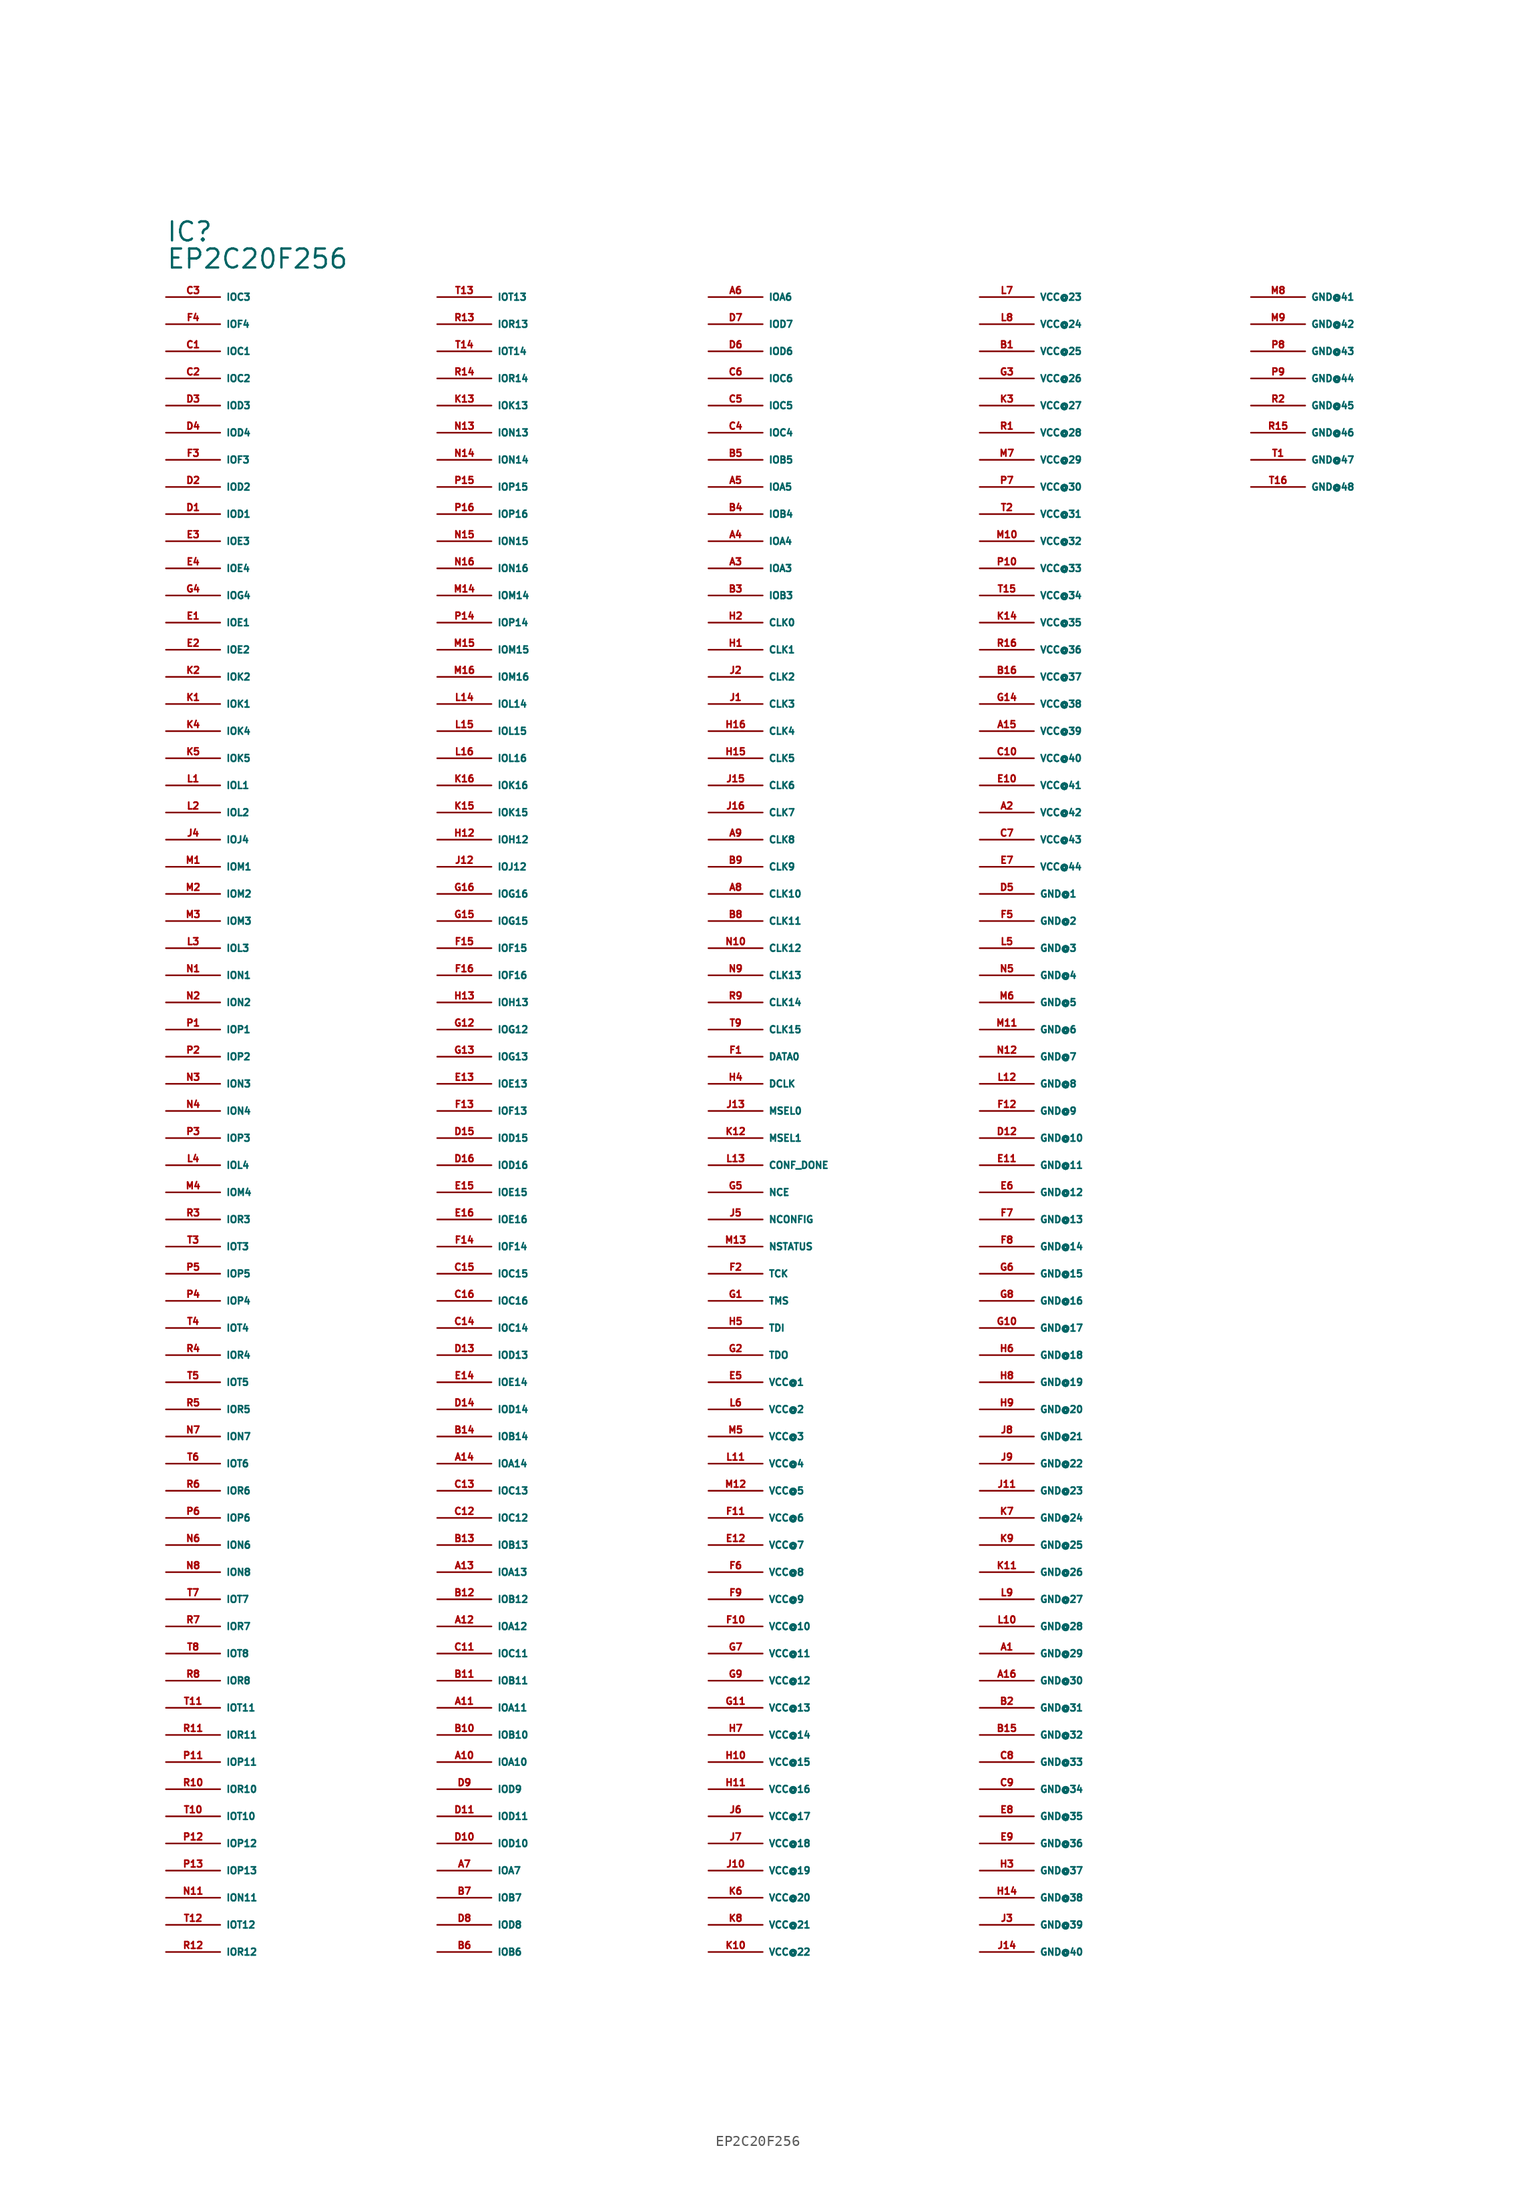
<source format=kicad_sym>
(kicad_symbol_lib
  (version 20220914)
  (generator Eagle2Kicad)
  (symbol "EP2C20F256"
    (property "Reference" "IC"
      (at -55.88 86.36 0)
      (effects (font (size 1.778 1.778) (thickness 0.22)) (justify left bottom)))
    (property "Value" "EP2C20F256"
      (at -55.88 83.82 0)
      (effects (font (size 1.778 1.778) (thickness 0.22)) (justify left bottom)))
    (pin output line
      (at -55.88 81.28 0)
      (length 5.08)
      (name "IOC3" (effects (font (size 0.635 0.635) (thickness 0.08)) (justify left bottom)))
      (number "C3" (effects (font (size 0.635 0.635) (thickness 0.08)) (justify left bottom))))
    (pin output line
      (at -55.88 78.74 0)
      (length 5.08)
      (name "IOF4" (effects (font (size 0.635 0.635) (thickness 0.08)) (justify left bottom)))
      (number "F4" (effects (font (size 0.635 0.635) (thickness 0.08)) (justify left bottom))))
    (pin bidirectional line
      (at -55.88 76.2 0)
      (length 5.08)
      (name "IOC1" (effects (font (size 0.635 0.635) (thickness 0.08)) (justify left bottom)))
      (number "C1" (effects (font (size 0.635 0.635) (thickness 0.08)) (justify left bottom))))
    (pin bidirectional line
      (at -55.88 73.66 0)
      (length 5.08)
      (name "IOC2" (effects (font (size 0.635 0.635) (thickness 0.08)) (justify left bottom)))
      (number "C2" (effects (font (size 0.635 0.635) (thickness 0.08)) (justify left bottom))))
    (pin bidirectional line
      (at -55.88 71.12 0)
      (length 5.08)
      (name "IOD3" (effects (font (size 0.635 0.635) (thickness 0.08)) (justify left bottom)))
      (number "D3" (effects (font (size 0.635 0.635) (thickness 0.08)) (justify left bottom))))
    (pin bidirectional line
      (at -55.88 68.58 0)
      (length 5.08)
      (name "IOD4" (effects (font (size 0.635 0.635) (thickness 0.08)) (justify left bottom)))
      (number "D4" (effects (font (size 0.635 0.635) (thickness 0.08)) (justify left bottom))))
    (pin bidirectional line
      (at -55.88 66.04 0)
      (length 5.08)
      (name "IOF3" (effects (font (size 0.635 0.635) (thickness 0.08)) (justify left bottom)))
      (number "F3" (effects (font (size 0.635 0.635) (thickness 0.08)) (justify left bottom))))
    (pin bidirectional line
      (at -55.88 63.5 0)
      (length 5.08)
      (name "IOD2" (effects (font (size 0.635 0.635) (thickness 0.08)) (justify left bottom)))
      (number "D2" (effects (font (size 0.635 0.635) (thickness 0.08)) (justify left bottom))))
    (pin bidirectional line
      (at -55.88 60.96 0)
      (length 5.08)
      (name "IOD1" (effects (font (size 0.635 0.635) (thickness 0.08)) (justify left bottom)))
      (number "D1" (effects (font (size 0.635 0.635) (thickness 0.08)) (justify left bottom))))
    (pin bidirectional line
      (at -55.88 58.42 0)
      (length 5.08)
      (name "IOE3" (effects (font (size 0.635 0.635) (thickness 0.08)) (justify left bottom)))
      (number "E3" (effects (font (size 0.635 0.635) (thickness 0.08)) (justify left bottom))))
    (pin bidirectional line
      (at -55.88 55.88 0)
      (length 5.08)
      (name "IOE4" (effects (font (size 0.635 0.635) (thickness 0.08)) (justify left bottom)))
      (number "E4" (effects (font (size 0.635 0.635) (thickness 0.08)) (justify left bottom))))
    (pin bidirectional line
      (at -55.88 53.34 0)
      (length 5.08)
      (name "IOG4" (effects (font (size 0.635 0.635) (thickness 0.08)) (justify left bottom)))
      (number "G4" (effects (font (size 0.635 0.635) (thickness 0.08)) (justify left bottom))))
    (pin bidirectional line
      (at -55.88 50.8 0)
      (length 5.08)
      (name "IOE1" (effects (font (size 0.635 0.635) (thickness 0.08)) (justify left bottom)))
      (number "E1" (effects (font (size 0.635 0.635) (thickness 0.08)) (justify left bottom))))
    (pin bidirectional line
      (at -55.88 48.26 0)
      (length 5.08)
      (name "IOE2" (effects (font (size 0.635 0.635) (thickness 0.08)) (justify left bottom)))
      (number "E2" (effects (font (size 0.635 0.635) (thickness 0.08)) (justify left bottom))))
    (pin bidirectional line
      (at -55.88 45.72 0)
      (length 5.08)
      (name "IOK2" (effects (font (size 0.635 0.635) (thickness 0.08)) (justify left bottom)))
      (number "K2" (effects (font (size 0.635 0.635) (thickness 0.08)) (justify left bottom))))
    (pin bidirectional line
      (at -55.88 43.18 0)
      (length 5.08)
      (name "IOK1" (effects (font (size 0.635 0.635) (thickness 0.08)) (justify left bottom)))
      (number "K1" (effects (font (size 0.635 0.635) (thickness 0.08)) (justify left bottom))))
    (pin bidirectional line
      (at -55.88 40.64 0)
      (length 5.08)
      (name "IOK4" (effects (font (size 0.635 0.635) (thickness 0.08)) (justify left bottom)))
      (number "K4" (effects (font (size 0.635 0.635) (thickness 0.08)) (justify left bottom))))
    (pin bidirectional line
      (at -55.88 38.1 0)
      (length 5.08)
      (name "IOK5" (effects (font (size 0.635 0.635) (thickness 0.08)) (justify left bottom)))
      (number "K5" (effects (font (size 0.635 0.635) (thickness 0.08)) (justify left bottom))))
    (pin bidirectional line
      (at -55.88 35.56 0)
      (length 5.08)
      (name "IOL1" (effects (font (size 0.635 0.635) (thickness 0.08)) (justify left bottom)))
      (number "L1" (effects (font (size 0.635 0.635) (thickness 0.08)) (justify left bottom))))
    (pin bidirectional line
      (at -55.88 33.02 0)
      (length 5.08)
      (name "IOL2" (effects (font (size 0.635 0.635) (thickness 0.08)) (justify left bottom)))
      (number "L2" (effects (font (size 0.635 0.635) (thickness 0.08)) (justify left bottom))))
    (pin bidirectional line
      (at -55.88 30.48 0)
      (length 5.08)
      (name "IOJ4" (effects (font (size 0.635 0.635) (thickness 0.08)) (justify left bottom)))
      (number "J4" (effects (font (size 0.635 0.635) (thickness 0.08)) (justify left bottom))))
    (pin bidirectional line
      (at -55.88 27.94 0)
      (length 5.08)
      (name "IOM1" (effects (font (size 0.635 0.635) (thickness 0.08)) (justify left bottom)))
      (number "M1" (effects (font (size 0.635 0.635) (thickness 0.08)) (justify left bottom))))
    (pin bidirectional line
      (at -55.88 25.4 0)
      (length 5.08)
      (name "IOM2" (effects (font (size 0.635 0.635) (thickness 0.08)) (justify left bottom)))
      (number "M2" (effects (font (size 0.635 0.635) (thickness 0.08)) (justify left bottom))))
    (pin bidirectional line
      (at -55.88 22.86 0)
      (length 5.08)
      (name "IOM3" (effects (font (size 0.635 0.635) (thickness 0.08)) (justify left bottom)))
      (number "M3" (effects (font (size 0.635 0.635) (thickness 0.08)) (justify left bottom))))
    (pin bidirectional line
      (at -55.88 20.32 0)
      (length 5.08)
      (name "IOL3" (effects (font (size 0.635 0.635) (thickness 0.08)) (justify left bottom)))
      (number "L3" (effects (font (size 0.635 0.635) (thickness 0.08)) (justify left bottom))))
    (pin bidirectional line
      (at -55.88 17.78 0)
      (length 5.08)
      (name "ION1" (effects (font (size 0.635 0.635) (thickness 0.08)) (justify left bottom)))
      (number "N1" (effects (font (size 0.635 0.635) (thickness 0.08)) (justify left bottom))))
    (pin bidirectional line
      (at -55.88 15.24 0)
      (length 5.08)
      (name "ION2" (effects (font (size 0.635 0.635) (thickness 0.08)) (justify left bottom)))
      (number "N2" (effects (font (size 0.635 0.635) (thickness 0.08)) (justify left bottom))))
    (pin bidirectional line
      (at -55.88 12.7 0)
      (length 5.08)
      (name "IOP1" (effects (font (size 0.635 0.635) (thickness 0.08)) (justify left bottom)))
      (number "P1" (effects (font (size 0.635 0.635) (thickness 0.08)) (justify left bottom))))
    (pin bidirectional line
      (at -55.88 10.16 0)
      (length 5.08)
      (name "IOP2" (effects (font (size 0.635 0.635) (thickness 0.08)) (justify left bottom)))
      (number "P2" (effects (font (size 0.635 0.635) (thickness 0.08)) (justify left bottom))))
    (pin bidirectional line
      (at -55.88 7.62 0)
      (length 5.08)
      (name "ION3" (effects (font (size 0.635 0.635) (thickness 0.08)) (justify left bottom)))
      (number "N3" (effects (font (size 0.635 0.635) (thickness 0.08)) (justify left bottom))))
    (pin bidirectional line
      (at -55.88 5.08 0)
      (length 5.08)
      (name "ION4" (effects (font (size 0.635 0.635) (thickness 0.08)) (justify left bottom)))
      (number "N4" (effects (font (size 0.635 0.635) (thickness 0.08)) (justify left bottom))))
    (pin bidirectional line
      (at -55.88 2.54 0)
      (length 5.08)
      (name "IOP3" (effects (font (size 0.635 0.635) (thickness 0.08)) (justify left bottom)))
      (number "P3" (effects (font (size 0.635 0.635) (thickness 0.08)) (justify left bottom))))
    (pin bidirectional line
      (at -55.88 0 0)
      (length 5.08)
      (name "IOL4" (effects (font (size 0.635 0.635) (thickness 0.08)) (justify left bottom)))
      (number "L4" (effects (font (size 0.635 0.635) (thickness 0.08)) (justify left bottom))))
    (pin bidirectional line
      (at -55.88 -2.54 0)
      (length 5.08)
      (name "IOM4" (effects (font (size 0.635 0.635) (thickness 0.08)) (justify left bottom)))
      (number "M4" (effects (font (size 0.635 0.635) (thickness 0.08)) (justify left bottom))))
    (pin bidirectional line
      (at -55.88 -5.08 0)
      (length 5.08)
      (name "IOR3" (effects (font (size 0.635 0.635) (thickness 0.08)) (justify left bottom)))
      (number "R3" (effects (font (size 0.635 0.635) (thickness 0.08)) (justify left bottom))))
    (pin bidirectional line
      (at -55.88 -7.62 0)
      (length 5.08)
      (name "IOT3" (effects (font (size 0.635 0.635) (thickness 0.08)) (justify left bottom)))
      (number "T3" (effects (font (size 0.635 0.635) (thickness 0.08)) (justify left bottom))))
    (pin bidirectional line
      (at -55.88 -10.16 0)
      (length 5.08)
      (name "IOP5" (effects (font (size 0.635 0.635) (thickness 0.08)) (justify left bottom)))
      (number "P5" (effects (font (size 0.635 0.635) (thickness 0.08)) (justify left bottom))))
    (pin bidirectional line
      (at -55.88 -12.7 0)
      (length 5.08)
      (name "IOP4" (effects (font (size 0.635 0.635) (thickness 0.08)) (justify left bottom)))
      (number "P4" (effects (font (size 0.635 0.635) (thickness 0.08)) (justify left bottom))))
    (pin bidirectional line
      (at -55.88 -15.24 0)
      (length 5.08)
      (name "IOT4" (effects (font (size 0.635 0.635) (thickness 0.08)) (justify left bottom)))
      (number "T4" (effects (font (size 0.635 0.635) (thickness 0.08)) (justify left bottom))))
    (pin bidirectional line
      (at -55.88 -17.78 0)
      (length 5.08)
      (name "IOR4" (effects (font (size 0.635 0.635) (thickness 0.08)) (justify left bottom)))
      (number "R4" (effects (font (size 0.635 0.635) (thickness 0.08)) (justify left bottom))))
    (pin bidirectional line
      (at -55.88 -20.32 0)
      (length 5.08)
      (name "IOT5" (effects (font (size 0.635 0.635) (thickness 0.08)) (justify left bottom)))
      (number "T5" (effects (font (size 0.635 0.635) (thickness 0.08)) (justify left bottom))))
    (pin bidirectional line
      (at -55.88 -22.86 0)
      (length 5.08)
      (name "IOR5" (effects (font (size 0.635 0.635) (thickness 0.08)) (justify left bottom)))
      (number "R5" (effects (font (size 0.635 0.635) (thickness 0.08)) (justify left bottom))))
    (pin bidirectional line
      (at -55.88 -25.4 0)
      (length 5.08)
      (name "ION7" (effects (font (size 0.635 0.635) (thickness 0.08)) (justify left bottom)))
      (number "N7" (effects (font (size 0.635 0.635) (thickness 0.08)) (justify left bottom))))
    (pin bidirectional line
      (at -55.88 -27.94 0)
      (length 5.08)
      (name "IOT6" (effects (font (size 0.635 0.635) (thickness 0.08)) (justify left bottom)))
      (number "T6" (effects (font (size 0.635 0.635) (thickness 0.08)) (justify left bottom))))
    (pin bidirectional line
      (at -55.88 -30.48 0)
      (length 5.08)
      (name "IOR6" (effects (font (size 0.635 0.635) (thickness 0.08)) (justify left bottom)))
      (number "R6" (effects (font (size 0.635 0.635) (thickness 0.08)) (justify left bottom))))
    (pin bidirectional line
      (at -55.88 -33.02 0)
      (length 5.08)
      (name "IOP6" (effects (font (size 0.635 0.635) (thickness 0.08)) (justify left bottom)))
      (number "P6" (effects (font (size 0.635 0.635) (thickness 0.08)) (justify left bottom))))
    (pin bidirectional line
      (at -55.88 -35.56 0)
      (length 5.08)
      (name "ION6" (effects (font (size 0.635 0.635) (thickness 0.08)) (justify left bottom)))
      (number "N6" (effects (font (size 0.635 0.635) (thickness 0.08)) (justify left bottom))))
    (pin bidirectional line
      (at -55.88 -38.1 0)
      (length 5.08)
      (name "ION8" (effects (font (size 0.635 0.635) (thickness 0.08)) (justify left bottom)))
      (number "N8" (effects (font (size 0.635 0.635) (thickness 0.08)) (justify left bottom))))
    (pin bidirectional line
      (at -55.88 -40.64 0)
      (length 5.08)
      (name "IOT7" (effects (font (size 0.635 0.635) (thickness 0.08)) (justify left bottom)))
      (number "T7" (effects (font (size 0.635 0.635) (thickness 0.08)) (justify left bottom))))
    (pin bidirectional line
      (at -55.88 -43.18 0)
      (length 5.08)
      (name "IOR7" (effects (font (size 0.635 0.635) (thickness 0.08)) (justify left bottom)))
      (number "R7" (effects (font (size 0.635 0.635) (thickness 0.08)) (justify left bottom))))
    (pin bidirectional line
      (at -55.88 -45.72 0)
      (length 5.08)
      (name "IOT8" (effects (font (size 0.635 0.635) (thickness 0.08)) (justify left bottom)))
      (number "T8" (effects (font (size 0.635 0.635) (thickness 0.08)) (justify left bottom))))
    (pin bidirectional line
      (at -55.88 -48.26 0)
      (length 5.08)
      (name "IOR8" (effects (font (size 0.635 0.635) (thickness 0.08)) (justify left bottom)))
      (number "R8" (effects (font (size 0.635 0.635) (thickness 0.08)) (justify left bottom))))
    (pin bidirectional line
      (at -55.88 -50.8 0)
      (length 5.08)
      (name "IOT11" (effects (font (size 0.635 0.635) (thickness 0.08)) (justify left bottom)))
      (number "T11" (effects (font (size 0.635 0.635) (thickness 0.08)) (justify left bottom))))
    (pin bidirectional line
      (at -55.88 -53.34 0)
      (length 5.08)
      (name "IOR11" (effects (font (size 0.635 0.635) (thickness 0.08)) (justify left bottom)))
      (number "R11" (effects (font (size 0.635 0.635) (thickness 0.08)) (justify left bottom))))
    (pin bidirectional line
      (at -55.88 -55.88 0)
      (length 5.08)
      (name "IOP11" (effects (font (size 0.635 0.635) (thickness 0.08)) (justify left bottom)))
      (number "P11" (effects (font (size 0.635 0.635) (thickness 0.08)) (justify left bottom))))
    (pin bidirectional line
      (at -55.88 -58.42 0)
      (length 5.08)
      (name "IOR10" (effects (font (size 0.635 0.635) (thickness 0.08)) (justify left bottom)))
      (number "R10" (effects (font (size 0.635 0.635) (thickness 0.08)) (justify left bottom))))
    (pin bidirectional line
      (at -55.88 -60.96 0)
      (length 5.08)
      (name "IOT10" (effects (font (size 0.635 0.635) (thickness 0.08)) (justify left bottom)))
      (number "T10" (effects (font (size 0.635 0.635) (thickness 0.08)) (justify left bottom))))
    (pin bidirectional line
      (at -55.88 -63.5 0)
      (length 5.08)
      (name "IOP12" (effects (font (size 0.635 0.635) (thickness 0.08)) (justify left bottom)))
      (number "P12" (effects (font (size 0.635 0.635) (thickness 0.08)) (justify left bottom))))
    (pin bidirectional line
      (at -55.88 -66.04 0)
      (length 5.08)
      (name "IOP13" (effects (font (size 0.635 0.635) (thickness 0.08)) (justify left bottom)))
      (number "P13" (effects (font (size 0.635 0.635) (thickness 0.08)) (justify left bottom))))
    (pin bidirectional line
      (at -55.88 -68.58 0)
      (length 5.08)
      (name "ION11" (effects (font (size 0.635 0.635) (thickness 0.08)) (justify left bottom)))
      (number "N11" (effects (font (size 0.635 0.635) (thickness 0.08)) (justify left bottom))))
    (pin bidirectional line
      (at -55.88 -71.12 0)
      (length 5.08)
      (name "IOT12" (effects (font (size 0.635 0.635) (thickness 0.08)) (justify left bottom)))
      (number "T12" (effects (font (size 0.635 0.635) (thickness 0.08)) (justify left bottom))))
    (pin bidirectional line
      (at -55.88 -73.66 0)
      (length 5.08)
      (name "IOR12" (effects (font (size 0.635 0.635) (thickness 0.08)) (justify left bottom)))
      (number "R12" (effects (font (size 0.635 0.635) (thickness 0.08)) (justify left bottom))))
    (pin bidirectional line
      (at -30.48 81.28 0)
      (length 5.08)
      (name "IOT13" (effects (font (size 0.635 0.635) (thickness 0.08)) (justify left bottom)))
      (number "T13" (effects (font (size 0.635 0.635) (thickness 0.08)) (justify left bottom))))
    (pin bidirectional line
      (at -30.48 78.74 0)
      (length 5.08)
      (name "IOR13" (effects (font (size 0.635 0.635) (thickness 0.08)) (justify left bottom)))
      (number "R13" (effects (font (size 0.635 0.635) (thickness 0.08)) (justify left bottom))))
    (pin bidirectional line
      (at -30.48 76.2 0)
      (length 5.08)
      (name "IOT14" (effects (font (size 0.635 0.635) (thickness 0.08)) (justify left bottom)))
      (number "T14" (effects (font (size 0.635 0.635) (thickness 0.08)) (justify left bottom))))
    (pin bidirectional line
      (at -30.48 73.66 0)
      (length 5.08)
      (name "IOR14" (effects (font (size 0.635 0.635) (thickness 0.08)) (justify left bottom)))
      (number "R14" (effects (font (size 0.635 0.635) (thickness 0.08)) (justify left bottom))))
    (pin bidirectional line
      (at -30.48 71.12 0)
      (length 5.08)
      (name "IOK13" (effects (font (size 0.635 0.635) (thickness 0.08)) (justify left bottom)))
      (number "K13" (effects (font (size 0.635 0.635) (thickness 0.08)) (justify left bottom))))
    (pin bidirectional line
      (at -30.48 68.58 0)
      (length 5.08)
      (name "ION13" (effects (font (size 0.635 0.635) (thickness 0.08)) (justify left bottom)))
      (number "N13" (effects (font (size 0.635 0.635) (thickness 0.08)) (justify left bottom))))
    (pin bidirectional line
      (at -30.48 66.04 0)
      (length 5.08)
      (name "ION14" (effects (font (size 0.635 0.635) (thickness 0.08)) (justify left bottom)))
      (number "N14" (effects (font (size 0.635 0.635) (thickness 0.08)) (justify left bottom))))
    (pin bidirectional line
      (at -30.48 63.5 0)
      (length 5.08)
      (name "IOP15" (effects (font (size 0.635 0.635) (thickness 0.08)) (justify left bottom)))
      (number "P15" (effects (font (size 0.635 0.635) (thickness 0.08)) (justify left bottom))))
    (pin bidirectional line
      (at -30.48 60.96 0)
      (length 5.08)
      (name "IOP16" (effects (font (size 0.635 0.635) (thickness 0.08)) (justify left bottom)))
      (number "P16" (effects (font (size 0.635 0.635) (thickness 0.08)) (justify left bottom))))
    (pin bidirectional line
      (at -30.48 58.42 0)
      (length 5.08)
      (name "ION15" (effects (font (size 0.635 0.635) (thickness 0.08)) (justify left bottom)))
      (number "N15" (effects (font (size 0.635 0.635) (thickness 0.08)) (justify left bottom))))
    (pin bidirectional line
      (at -30.48 55.88 0)
      (length 5.08)
      (name "ION16" (effects (font (size 0.635 0.635) (thickness 0.08)) (justify left bottom)))
      (number "N16" (effects (font (size 0.635 0.635) (thickness 0.08)) (justify left bottom))))
    (pin bidirectional line
      (at -30.48 53.34 0)
      (length 5.08)
      (name "IOM14" (effects (font (size 0.635 0.635) (thickness 0.08)) (justify left bottom)))
      (number "M14" (effects (font (size 0.635 0.635) (thickness 0.08)) (justify left bottom))))
    (pin bidirectional line
      (at -30.48 50.8 0)
      (length 5.08)
      (name "IOP14" (effects (font (size 0.635 0.635) (thickness 0.08)) (justify left bottom)))
      (number "P14" (effects (font (size 0.635 0.635) (thickness 0.08)) (justify left bottom))))
    (pin bidirectional line
      (at -30.48 48.26 0)
      (length 5.08)
      (name "IOM15" (effects (font (size 0.635 0.635) (thickness 0.08)) (justify left bottom)))
      (number "M15" (effects (font (size 0.635 0.635) (thickness 0.08)) (justify left bottom))))
    (pin bidirectional line
      (at -30.48 45.72 0)
      (length 5.08)
      (name "IOM16" (effects (font (size 0.635 0.635) (thickness 0.08)) (justify left bottom)))
      (number "M16" (effects (font (size 0.635 0.635) (thickness 0.08)) (justify left bottom))))
    (pin bidirectional line
      (at -30.48 43.18 0)
      (length 5.08)
      (name "IOL14" (effects (font (size 0.635 0.635) (thickness 0.08)) (justify left bottom)))
      (number "L14" (effects (font (size 0.635 0.635) (thickness 0.08)) (justify left bottom))))
    (pin bidirectional line
      (at -30.48 40.64 0)
      (length 5.08)
      (name "IOL15" (effects (font (size 0.635 0.635) (thickness 0.08)) (justify left bottom)))
      (number "L15" (effects (font (size 0.635 0.635) (thickness 0.08)) (justify left bottom))))
    (pin bidirectional line
      (at -30.48 38.1 0)
      (length 5.08)
      (name "IOL16" (effects (font (size 0.635 0.635) (thickness 0.08)) (justify left bottom)))
      (number "L16" (effects (font (size 0.635 0.635) (thickness 0.08)) (justify left bottom))))
    (pin bidirectional line
      (at -30.48 35.56 0)
      (length 5.08)
      (name "IOK16" (effects (font (size 0.635 0.635) (thickness 0.08)) (justify left bottom)))
      (number "K16" (effects (font (size 0.635 0.635) (thickness 0.08)) (justify left bottom))))
    (pin bidirectional line
      (at -30.48 33.02 0)
      (length 5.08)
      (name "IOK15" (effects (font (size 0.635 0.635) (thickness 0.08)) (justify left bottom)))
      (number "K15" (effects (font (size 0.635 0.635) (thickness 0.08)) (justify left bottom))))
    (pin bidirectional line
      (at -30.48 30.48 0)
      (length 5.08)
      (name "IOH12" (effects (font (size 0.635 0.635) (thickness 0.08)) (justify left bottom)))
      (number "H12" (effects (font (size 0.635 0.635) (thickness 0.08)) (justify left bottom))))
    (pin bidirectional line
      (at -30.48 27.94 0)
      (length 5.08)
      (name "IOJ12" (effects (font (size 0.635 0.635) (thickness 0.08)) (justify left bottom)))
      (number "J12" (effects (font (size 0.635 0.635) (thickness 0.08)) (justify left bottom))))
    (pin bidirectional line
      (at -30.48 25.4 0)
      (length 5.08)
      (name "IOG16" (effects (font (size 0.635 0.635) (thickness 0.08)) (justify left bottom)))
      (number "G16" (effects (font (size 0.635 0.635) (thickness 0.08)) (justify left bottom))))
    (pin bidirectional line
      (at -30.48 22.86 0)
      (length 5.08)
      (name "IOG15" (effects (font (size 0.635 0.635) (thickness 0.08)) (justify left bottom)))
      (number "G15" (effects (font (size 0.635 0.635) (thickness 0.08)) (justify left bottom))))
    (pin bidirectional line
      (at -30.48 20.32 0)
      (length 5.08)
      (name "IOF15" (effects (font (size 0.635 0.635) (thickness 0.08)) (justify left bottom)))
      (number "F15" (effects (font (size 0.635 0.635) (thickness 0.08)) (justify left bottom))))
    (pin bidirectional line
      (at -30.48 17.78 0)
      (length 5.08)
      (name "IOF16" (effects (font (size 0.635 0.635) (thickness 0.08)) (justify left bottom)))
      (number "F16" (effects (font (size 0.635 0.635) (thickness 0.08)) (justify left bottom))))
    (pin bidirectional line
      (at -30.48 15.24 0)
      (length 5.08)
      (name "IOH13" (effects (font (size 0.635 0.635) (thickness 0.08)) (justify left bottom)))
      (number "H13" (effects (font (size 0.635 0.635) (thickness 0.08)) (justify left bottom))))
    (pin bidirectional line
      (at -30.48 12.7 0)
      (length 5.08)
      (name "IOG12" (effects (font (size 0.635 0.635) (thickness 0.08)) (justify left bottom)))
      (number "G12" (effects (font (size 0.635 0.635) (thickness 0.08)) (justify left bottom))))
    (pin bidirectional line
      (at -30.48 10.16 0)
      (length 5.08)
      (name "IOG13" (effects (font (size 0.635 0.635) (thickness 0.08)) (justify left bottom)))
      (number "G13" (effects (font (size 0.635 0.635) (thickness 0.08)) (justify left bottom))))
    (pin bidirectional line
      (at -30.48 7.62 0)
      (length 5.08)
      (name "IOE13" (effects (font (size 0.635 0.635) (thickness 0.08)) (justify left bottom)))
      (number "E13" (effects (font (size 0.635 0.635) (thickness 0.08)) (justify left bottom))))
    (pin bidirectional line
      (at -30.48 5.08 0)
      (length 5.08)
      (name "IOF13" (effects (font (size 0.635 0.635) (thickness 0.08)) (justify left bottom)))
      (number "F13" (effects (font (size 0.635 0.635) (thickness 0.08)) (justify left bottom))))
    (pin bidirectional line
      (at -30.48 2.54 0)
      (length 5.08)
      (name "IOD15" (effects (font (size 0.635 0.635) (thickness 0.08)) (justify left bottom)))
      (number "D15" (effects (font (size 0.635 0.635) (thickness 0.08)) (justify left bottom))))
    (pin bidirectional line
      (at -30.48 0 0)
      (length 5.08)
      (name "IOD16" (effects (font (size 0.635 0.635) (thickness 0.08)) (justify left bottom)))
      (number "D16" (effects (font (size 0.635 0.635) (thickness 0.08)) (justify left bottom))))
    (pin bidirectional line
      (at -30.48 -2.54 0)
      (length 5.08)
      (name "IOE15" (effects (font (size 0.635 0.635) (thickness 0.08)) (justify left bottom)))
      (number "E15" (effects (font (size 0.635 0.635) (thickness 0.08)) (justify left bottom))))
    (pin bidirectional line
      (at -30.48 -5.08 0)
      (length 5.08)
      (name "IOE16" (effects (font (size 0.635 0.635) (thickness 0.08)) (justify left bottom)))
      (number "E16" (effects (font (size 0.635 0.635) (thickness 0.08)) (justify left bottom))))
    (pin bidirectional line
      (at -30.48 -7.62 0)
      (length 5.08)
      (name "IOF14" (effects (font (size 0.635 0.635) (thickness 0.08)) (justify left bottom)))
      (number "F14" (effects (font (size 0.635 0.635) (thickness 0.08)) (justify left bottom))))
    (pin bidirectional line
      (at -30.48 -10.16 0)
      (length 5.08)
      (name "IOC15" (effects (font (size 0.635 0.635) (thickness 0.08)) (justify left bottom)))
      (number "C15" (effects (font (size 0.635 0.635) (thickness 0.08)) (justify left bottom))))
    (pin bidirectional line
      (at -30.48 -12.7 0)
      (length 5.08)
      (name "IOC16" (effects (font (size 0.635 0.635) (thickness 0.08)) (justify left bottom)))
      (number "C16" (effects (font (size 0.635 0.635) (thickness 0.08)) (justify left bottom))))
    (pin bidirectional line
      (at -30.48 -15.24 0)
      (length 5.08)
      (name "IOC14" (effects (font (size 0.635 0.635) (thickness 0.08)) (justify left bottom)))
      (number "C14" (effects (font (size 0.635 0.635) (thickness 0.08)) (justify left bottom))))
    (pin bidirectional line
      (at -30.48 -17.78 0)
      (length 5.08)
      (name "IOD13" (effects (font (size 0.635 0.635) (thickness 0.08)) (justify left bottom)))
      (number "D13" (effects (font (size 0.635 0.635) (thickness 0.08)) (justify left bottom))))
    (pin bidirectional line
      (at -30.48 -20.32 0)
      (length 5.08)
      (name "IOE14" (effects (font (size 0.635 0.635) (thickness 0.08)) (justify left bottom)))
      (number "E14" (effects (font (size 0.635 0.635) (thickness 0.08)) (justify left bottom))))
    (pin bidirectional line
      (at -30.48 -22.86 0)
      (length 5.08)
      (name "IOD14" (effects (font (size 0.635 0.635) (thickness 0.08)) (justify left bottom)))
      (number "D14" (effects (font (size 0.635 0.635) (thickness 0.08)) (justify left bottom))))
    (pin bidirectional line
      (at -30.48 -25.4 0)
      (length 5.08)
      (name "IOB14" (effects (font (size 0.635 0.635) (thickness 0.08)) (justify left bottom)))
      (number "B14" (effects (font (size 0.635 0.635) (thickness 0.08)) (justify left bottom))))
    (pin bidirectional line
      (at -30.48 -27.94 0)
      (length 5.08)
      (name "IOA14" (effects (font (size 0.635 0.635) (thickness 0.08)) (justify left bottom)))
      (number "A14" (effects (font (size 0.635 0.635) (thickness 0.08)) (justify left bottom))))
    (pin bidirectional line
      (at -30.48 -30.48 0)
      (length 5.08)
      (name "IOC13" (effects (font (size 0.635 0.635) (thickness 0.08)) (justify left bottom)))
      (number "C13" (effects (font (size 0.635 0.635) (thickness 0.08)) (justify left bottom))))
    (pin bidirectional line
      (at -30.48 -33.02 0)
      (length 5.08)
      (name "IOC12" (effects (font (size 0.635 0.635) (thickness 0.08)) (justify left bottom)))
      (number "C12" (effects (font (size 0.635 0.635) (thickness 0.08)) (justify left bottom))))
    (pin bidirectional line
      (at -30.48 -35.56 0)
      (length 5.08)
      (name "IOB13" (effects (font (size 0.635 0.635) (thickness 0.08)) (justify left bottom)))
      (number "B13" (effects (font (size 0.635 0.635) (thickness 0.08)) (justify left bottom))))
    (pin bidirectional line
      (at -30.48 -38.1 0)
      (length 5.08)
      (name "IOA13" (effects (font (size 0.635 0.635) (thickness 0.08)) (justify left bottom)))
      (number "A13" (effects (font (size 0.635 0.635) (thickness 0.08)) (justify left bottom))))
    (pin bidirectional line
      (at -30.48 -40.64 0)
      (length 5.08)
      (name "IOB12" (effects (font (size 0.635 0.635) (thickness 0.08)) (justify left bottom)))
      (number "B12" (effects (font (size 0.635 0.635) (thickness 0.08)) (justify left bottom))))
    (pin bidirectional line
      (at -30.48 -43.18 0)
      (length 5.08)
      (name "IOA12" (effects (font (size 0.635 0.635) (thickness 0.08)) (justify left bottom)))
      (number "A12" (effects (font (size 0.635 0.635) (thickness 0.08)) (justify left bottom))))
    (pin bidirectional line
      (at -30.48 -45.72 0)
      (length 5.08)
      (name "IOC11" (effects (font (size 0.635 0.635) (thickness 0.08)) (justify left bottom)))
      (number "C11" (effects (font (size 0.635 0.635) (thickness 0.08)) (justify left bottom))))
    (pin bidirectional line
      (at -30.48 -48.26 0)
      (length 5.08)
      (name "IOB11" (effects (font (size 0.635 0.635) (thickness 0.08)) (justify left bottom)))
      (number "B11" (effects (font (size 0.635 0.635) (thickness 0.08)) (justify left bottom))))
    (pin bidirectional line
      (at -30.48 -50.8 0)
      (length 5.08)
      (name "IOA11" (effects (font (size 0.635 0.635) (thickness 0.08)) (justify left bottom)))
      (number "A11" (effects (font (size 0.635 0.635) (thickness 0.08)) (justify left bottom))))
    (pin bidirectional line
      (at -30.48 -53.34 0)
      (length 5.08)
      (name "IOB10" (effects (font (size 0.635 0.635) (thickness 0.08)) (justify left bottom)))
      (number "B10" (effects (font (size 0.635 0.635) (thickness 0.08)) (justify left bottom))))
    (pin bidirectional line
      (at -30.48 -55.88 0)
      (length 5.08)
      (name "IOA10" (effects (font (size 0.635 0.635) (thickness 0.08)) (justify left bottom)))
      (number "A10" (effects (font (size 0.635 0.635) (thickness 0.08)) (justify left bottom))))
    (pin bidirectional line
      (at -30.48 -58.42 0)
      (length 5.08)
      (name "IOD9" (effects (font (size 0.635 0.635) (thickness 0.08)) (justify left bottom)))
      (number "D9" (effects (font (size 0.635 0.635) (thickness 0.08)) (justify left bottom))))
    (pin bidirectional line
      (at -30.48 -60.96 0)
      (length 5.08)
      (name "IOD11" (effects (font (size 0.635 0.635) (thickness 0.08)) (justify left bottom)))
      (number "D11" (effects (font (size 0.635 0.635) (thickness 0.08)) (justify left bottom))))
    (pin bidirectional line
      (at -30.48 -63.5 0)
      (length 5.08)
      (name "IOD10" (effects (font (size 0.635 0.635) (thickness 0.08)) (justify left bottom)))
      (number "D10" (effects (font (size 0.635 0.635) (thickness 0.08)) (justify left bottom))))
    (pin bidirectional line
      (at -30.48 -66.04 0)
      (length 5.08)
      (name "IOA7" (effects (font (size 0.635 0.635) (thickness 0.08)) (justify left bottom)))
      (number "A7" (effects (font (size 0.635 0.635) (thickness 0.08)) (justify left bottom))))
    (pin bidirectional line
      (at -30.48 -68.58 0)
      (length 5.08)
      (name "IOB7" (effects (font (size 0.635 0.635) (thickness 0.08)) (justify left bottom)))
      (number "B7" (effects (font (size 0.635 0.635) (thickness 0.08)) (justify left bottom))))
    (pin bidirectional line
      (at -30.48 -71.12 0)
      (length 5.08)
      (name "IOD8" (effects (font (size 0.635 0.635) (thickness 0.08)) (justify left bottom)))
      (number "D8" (effects (font (size 0.635 0.635) (thickness 0.08)) (justify left bottom))))
    (pin bidirectional line
      (at -30.48 -73.66 0)
      (length 5.08)
      (name "IOB6" (effects (font (size 0.635 0.635) (thickness 0.08)) (justify left bottom)))
      (number "B6" (effects (font (size 0.635 0.635) (thickness 0.08)) (justify left bottom))))
    (pin bidirectional line
      (at -5.08 81.28 0)
      (length 5.08)
      (name "IOA6" (effects (font (size 0.635 0.635) (thickness 0.08)) (justify left bottom)))
      (number "A6" (effects (font (size 0.635 0.635) (thickness 0.08)) (justify left bottom))))
    (pin bidirectional line
      (at -5.08 78.74 0)
      (length 5.08)
      (name "IOD7" (effects (font (size 0.635 0.635) (thickness 0.08)) (justify left bottom)))
      (number "D7" (effects (font (size 0.635 0.635) (thickness 0.08)) (justify left bottom))))
    (pin bidirectional line
      (at -5.08 76.2 0)
      (length 5.08)
      (name "IOD6" (effects (font (size 0.635 0.635) (thickness 0.08)) (justify left bottom)))
      (number "D6" (effects (font (size 0.635 0.635) (thickness 0.08)) (justify left bottom))))
    (pin bidirectional line
      (at -5.08 73.66 0)
      (length 5.08)
      (name "IOC6" (effects (font (size 0.635 0.635) (thickness 0.08)) (justify left bottom)))
      (number "C6" (effects (font (size 0.635 0.635) (thickness 0.08)) (justify left bottom))))
    (pin bidirectional line
      (at -5.08 71.12 0)
      (length 5.08)
      (name "IOC5" (effects (font (size 0.635 0.635) (thickness 0.08)) (justify left bottom)))
      (number "C5" (effects (font (size 0.635 0.635) (thickness 0.08)) (justify left bottom))))
    (pin bidirectional line
      (at -5.08 68.58 0)
      (length 5.08)
      (name "IOC4" (effects (font (size 0.635 0.635) (thickness 0.08)) (justify left bottom)))
      (number "C4" (effects (font (size 0.635 0.635) (thickness 0.08)) (justify left bottom))))
    (pin bidirectional line
      (at -5.08 66.04 0)
      (length 5.08)
      (name "IOB5" (effects (font (size 0.635 0.635) (thickness 0.08)) (justify left bottom)))
      (number "B5" (effects (font (size 0.635 0.635) (thickness 0.08)) (justify left bottom))))
    (pin bidirectional line
      (at -5.08 63.5 0)
      (length 5.08)
      (name "IOA5" (effects (font (size 0.635 0.635) (thickness 0.08)) (justify left bottom)))
      (number "A5" (effects (font (size 0.635 0.635) (thickness 0.08)) (justify left bottom))))
    (pin bidirectional line
      (at -5.08 60.96 0)
      (length 5.08)
      (name "IOB4" (effects (font (size 0.635 0.635) (thickness 0.08)) (justify left bottom)))
      (number "B4" (effects (font (size 0.635 0.635) (thickness 0.08)) (justify left bottom))))
    (pin bidirectional line
      (at -5.08 58.42 0)
      (length 5.08)
      (name "IOA4" (effects (font (size 0.635 0.635) (thickness 0.08)) (justify left bottom)))
      (number "A4" (effects (font (size 0.635 0.635) (thickness 0.08)) (justify left bottom))))
    (pin bidirectional line
      (at -5.08 55.88 0)
      (length 5.08)
      (name "IOA3" (effects (font (size 0.635 0.635) (thickness 0.08)) (justify left bottom)))
      (number "A3" (effects (font (size 0.635 0.635) (thickness 0.08)) (justify left bottom))))
    (pin bidirectional line
      (at -5.08 53.34 0)
      (length 5.08)
      (name "IOB3" (effects (font (size 0.635 0.635) (thickness 0.08)) (justify left bottom)))
      (number "B3" (effects (font (size 0.635 0.635) (thickness 0.08)) (justify left bottom))))
    (pin bidirectional line
      (at -5.08 50.8 0)
      (length 5.08)
      (name "CLK0" (effects (font (size 0.635 0.635) (thickness 0.08)) (justify left bottom)))
      (number "H2" (effects (font (size 0.635 0.635) (thickness 0.08)) (justify left bottom))))
    (pin bidirectional line
      (at -5.08 48.26 0)
      (length 5.08)
      (name "CLK1" (effects (font (size 0.635 0.635) (thickness 0.08)) (justify left bottom)))
      (number "H1" (effects (font (size 0.635 0.635) (thickness 0.08)) (justify left bottom))))
    (pin bidirectional line
      (at -5.08 45.72 0)
      (length 5.08)
      (name "CLK2" (effects (font (size 0.635 0.635) (thickness 0.08)) (justify left bottom)))
      (number "J2" (effects (font (size 0.635 0.635) (thickness 0.08)) (justify left bottom))))
    (pin bidirectional line
      (at -5.08 43.18 0)
      (length 5.08)
      (name "CLK3" (effects (font (size 0.635 0.635) (thickness 0.08)) (justify left bottom)))
      (number "J1" (effects (font (size 0.635 0.635) (thickness 0.08)) (justify left bottom))))
    (pin bidirectional line
      (at -5.08 40.64 0)
      (length 5.08)
      (name "CLK4" (effects (font (size 0.635 0.635) (thickness 0.08)) (justify left bottom)))
      (number "H16" (effects (font (size 0.635 0.635) (thickness 0.08)) (justify left bottom))))
    (pin bidirectional line
      (at -5.08 38.1 0)
      (length 5.08)
      (name "CLK5" (effects (font (size 0.635 0.635) (thickness 0.08)) (justify left bottom)))
      (number "H15" (effects (font (size 0.635 0.635) (thickness 0.08)) (justify left bottom))))
    (pin bidirectional line
      (at -5.08 35.56 0)
      (length 5.08)
      (name "CLK6" (effects (font (size 0.635 0.635) (thickness 0.08)) (justify left bottom)))
      (number "J15" (effects (font (size 0.635 0.635) (thickness 0.08)) (justify left bottom))))
    (pin bidirectional line
      (at -5.08 33.02 0)
      (length 5.08)
      (name "CLK7" (effects (font (size 0.635 0.635) (thickness 0.08)) (justify left bottom)))
      (number "J16" (effects (font (size 0.635 0.635) (thickness 0.08)) (justify left bottom))))
    (pin bidirectional line
      (at -5.08 30.48 0)
      (length 5.08)
      (name "CLK8" (effects (font (size 0.635 0.635) (thickness 0.08)) (justify left bottom)))
      (number "A9" (effects (font (size 0.635 0.635) (thickness 0.08)) (justify left bottom))))
    (pin bidirectional line
      (at -5.08 27.94 0)
      (length 5.08)
      (name "CLK9" (effects (font (size 0.635 0.635) (thickness 0.08)) (justify left bottom)))
      (number "B9" (effects (font (size 0.635 0.635) (thickness 0.08)) (justify left bottom))))
    (pin bidirectional line
      (at -5.08 25.4 0)
      (length 5.08)
      (name "CLK10" (effects (font (size 0.635 0.635) (thickness 0.08)) (justify left bottom)))
      (number "A8" (effects (font (size 0.635 0.635) (thickness 0.08)) (justify left bottom))))
    (pin bidirectional line
      (at -5.08 22.86 0)
      (length 5.08)
      (name "CLK11" (effects (font (size 0.635 0.635) (thickness 0.08)) (justify left bottom)))
      (number "B8" (effects (font (size 0.635 0.635) (thickness 0.08)) (justify left bottom))))
    (pin bidirectional line
      (at -5.08 20.32 0)
      (length 5.08)
      (name "CLK12" (effects (font (size 0.635 0.635) (thickness 0.08)) (justify left bottom)))
      (number "N10" (effects (font (size 0.635 0.635) (thickness 0.08)) (justify left bottom))))
    (pin bidirectional line
      (at -5.08 17.78 0)
      (length 5.08)
      (name "CLK13" (effects (font (size 0.635 0.635) (thickness 0.08)) (justify left bottom)))
      (number "N9" (effects (font (size 0.635 0.635) (thickness 0.08)) (justify left bottom))))
    (pin bidirectional line
      (at -5.08 15.24 0)
      (length 5.08)
      (name "CLK14" (effects (font (size 0.635 0.635) (thickness 0.08)) (justify left bottom)))
      (number "R9" (effects (font (size 0.635 0.635) (thickness 0.08)) (justify left bottom))))
    (pin bidirectional line
      (at -5.08 12.7 0)
      (length 5.08)
      (name "CLK15" (effects (font (size 0.635 0.635) (thickness 0.08)) (justify left bottom)))
      (number "T9" (effects (font (size 0.635 0.635) (thickness 0.08)) (justify left bottom))))
    (pin bidirectional line
      (at -5.08 10.16 0)
      (length 5.08)
      (name "DATA0" (effects (font (size 0.635 0.635) (thickness 0.08)) (justify left bottom)))
      (number "F1" (effects (font (size 0.635 0.635) (thickness 0.08)) (justify left bottom))))
    (pin bidirectional line
      (at -5.08 7.62 0)
      (length 5.08)
      (name "DCLK" (effects (font (size 0.635 0.635) (thickness 0.08)) (justify left bottom)))
      (number "H4" (effects (font (size 0.635 0.635) (thickness 0.08)) (justify left bottom))))
    (pin input line
      (at -5.08 5.08 0)
      (length 5.08)
      (name "MSEL0" (effects (font (size 0.635 0.635) (thickness 0.08)) (justify left bottom)))
      (number "J13" (effects (font (size 0.635 0.635) (thickness 0.08)) (justify left bottom))))
    (pin input line
      (at -5.08 2.54 0)
      (length 5.08)
      (name "MSEL1" (effects (font (size 0.635 0.635) (thickness 0.08)) (justify left bottom)))
      (number "K12" (effects (font (size 0.635 0.635) (thickness 0.08)) (justify left bottom))))
    (pin input line
      (at -5.08 0 0)
      (length 5.08)
      (name "CONF_DONE" (effects (font (size 0.635 0.635) (thickness 0.08)) (justify left bottom)))
      (number "L13" (effects (font (size 0.635 0.635) (thickness 0.08)) (justify left bottom))))
    (pin input line
      (at -5.08 -2.54 0)
      (length 5.08)
      (name "NCE" (effects (font (size 0.635 0.635) (thickness 0.08)) (justify left bottom)))
      (number "G5" (effects (font (size 0.635 0.635) (thickness 0.08)) (justify left bottom))))
    (pin input line
      (at -5.08 -5.08 0)
      (length 5.08)
      (name "NCONFIG" (effects (font (size 0.635 0.635) (thickness 0.08)) (justify left bottom)))
      (number "J5" (effects (font (size 0.635 0.635) (thickness 0.08)) (justify left bottom))))
    (pin input line
      (at -5.08 -7.62 0)
      (length 5.08)
      (name "NSTATUS" (effects (font (size 0.635 0.635) (thickness 0.08)) (justify left bottom)))
      (number "M13" (effects (font (size 0.635 0.635) (thickness 0.08)) (justify left bottom))))
    (pin input line
      (at -5.08 -10.16 0)
      (length 5.08)
      (name "TCK" (effects (font (size 0.635 0.635) (thickness 0.08)) (justify left bottom)))
      (number "F2" (effects (font (size 0.635 0.635) (thickness 0.08)) (justify left bottom))))
    (pin input line
      (at -5.08 -12.7 0)
      (length 5.08)
      (name "TMS" (effects (font (size 0.635 0.635) (thickness 0.08)) (justify left bottom)))
      (number "G1" (effects (font (size 0.635 0.635) (thickness 0.08)) (justify left bottom))))
    (pin input line
      (at -5.08 -15.24 0)
      (length 5.08)
      (name "TDI" (effects (font (size 0.635 0.635) (thickness 0.08)) (justify left bottom)))
      (number "H5" (effects (font (size 0.635 0.635) (thickness 0.08)) (justify left bottom))))
    (pin output line
      (at -5.08 -17.78 0)
      (length 5.08)
      (name "TDO" (effects (font (size 0.635 0.635) (thickness 0.08)) (justify left bottom)))
      (number "G2" (effects (font (size 0.635 0.635) (thickness 0.08)) (justify left bottom))))
    (pin unspecified line
      (at -5.08 -20.32 0)
      (length 5.08)
      (name "VCC@1" (effects (font (size 0.635 0.635) (thickness 0.08)) (justify left bottom)))
      (number "E5" (effects (font (size 0.635 0.635) (thickness 0.08)) (justify left bottom))))
    (pin unspecified line
      (at -5.08 -22.86 0)
      (length 5.08)
      (name "VCC@2" (effects (font (size 0.635 0.635) (thickness 0.08)) (justify left bottom)))
      (number "L6" (effects (font (size 0.635 0.635) (thickness 0.08)) (justify left bottom))))
    (pin unspecified line
      (at -5.08 -25.4 0)
      (length 5.08)
      (name "VCC@3" (effects (font (size 0.635 0.635) (thickness 0.08)) (justify left bottom)))
      (number "M5" (effects (font (size 0.635 0.635) (thickness 0.08)) (justify left bottom))))
    (pin unspecified line
      (at -5.08 -27.94 0)
      (length 5.08)
      (name "VCC@4" (effects (font (size 0.635 0.635) (thickness 0.08)) (justify left bottom)))
      (number "L11" (effects (font (size 0.635 0.635) (thickness 0.08)) (justify left bottom))))
    (pin unspecified line
      (at -5.08 -30.48 0)
      (length 5.08)
      (name "VCC@5" (effects (font (size 0.635 0.635) (thickness 0.08)) (justify left bottom)))
      (number "M12" (effects (font (size 0.635 0.635) (thickness 0.08)) (justify left bottom))))
    (pin unspecified line
      (at -5.08 -33.02 0)
      (length 5.08)
      (name "VCC@6" (effects (font (size 0.635 0.635) (thickness 0.08)) (justify left bottom)))
      (number "F11" (effects (font (size 0.635 0.635) (thickness 0.08)) (justify left bottom))))
    (pin unspecified line
      (at -5.08 -35.56 0)
      (length 5.08)
      (name "VCC@7" (effects (font (size 0.635 0.635) (thickness 0.08)) (justify left bottom)))
      (number "E12" (effects (font (size 0.635 0.635) (thickness 0.08)) (justify left bottom))))
    (pin unspecified line
      (at -5.08 -38.1 0)
      (length 5.08)
      (name "VCC@8" (effects (font (size 0.635 0.635) (thickness 0.08)) (justify left bottom)))
      (number "F6" (effects (font (size 0.635 0.635) (thickness 0.08)) (justify left bottom))))
    (pin unspecified line
      (at -5.08 -40.64 0)
      (length 5.08)
      (name "VCC@9" (effects (font (size 0.635 0.635) (thickness 0.08)) (justify left bottom)))
      (number "F9" (effects (font (size 0.635 0.635) (thickness 0.08)) (justify left bottom))))
    (pin unspecified line
      (at -5.08 -43.18 0)
      (length 5.08)
      (name "VCC@10" (effects (font (size 0.635 0.635) (thickness 0.08)) (justify left bottom)))
      (number "F10" (effects (font (size 0.635 0.635) (thickness 0.08)) (justify left bottom))))
    (pin unspecified line
      (at -5.08 -45.72 0)
      (length 5.08)
      (name "VCC@11" (effects (font (size 0.635 0.635) (thickness 0.08)) (justify left bottom)))
      (number "G7" (effects (font (size 0.635 0.635) (thickness 0.08)) (justify left bottom))))
    (pin unspecified line
      (at -5.08 -48.26 0)
      (length 5.08)
      (name "VCC@12" (effects (font (size 0.635 0.635) (thickness 0.08)) (justify left bottom)))
      (number "G9" (effects (font (size 0.635 0.635) (thickness 0.08)) (justify left bottom))))
    (pin unspecified line
      (at -5.08 -50.8 0)
      (length 5.08)
      (name "VCC@13" (effects (font (size 0.635 0.635) (thickness 0.08)) (justify left bottom)))
      (number "G11" (effects (font (size 0.635 0.635) (thickness 0.08)) (justify left bottom))))
    (pin unspecified line
      (at -5.08 -53.34 0)
      (length 5.08)
      (name "VCC@14" (effects (font (size 0.635 0.635) (thickness 0.08)) (justify left bottom)))
      (number "H7" (effects (font (size 0.635 0.635) (thickness 0.08)) (justify left bottom))))
    (pin unspecified line
      (at -5.08 -55.88 0)
      (length 5.08)
      (name "VCC@15" (effects (font (size 0.635 0.635) (thickness 0.08)) (justify left bottom)))
      (number "H10" (effects (font (size 0.635 0.635) (thickness 0.08)) (justify left bottom))))
    (pin unspecified line
      (at -5.08 -58.42 0)
      (length 5.08)
      (name "VCC@16" (effects (font (size 0.635 0.635) (thickness 0.08)) (justify left bottom)))
      (number "H11" (effects (font (size 0.635 0.635) (thickness 0.08)) (justify left bottom))))
    (pin unspecified line
      (at -5.08 -60.96 0)
      (length 5.08)
      (name "VCC@17" (effects (font (size 0.635 0.635) (thickness 0.08)) (justify left bottom)))
      (number "J6" (effects (font (size 0.635 0.635) (thickness 0.08)) (justify left bottom))))
    (pin unspecified line
      (at -5.08 -63.5 0)
      (length 5.08)
      (name "VCC@18" (effects (font (size 0.635 0.635) (thickness 0.08)) (justify left bottom)))
      (number "J7" (effects (font (size 0.635 0.635) (thickness 0.08)) (justify left bottom))))
    (pin unspecified line
      (at -5.08 -66.04 0)
      (length 5.08)
      (name "VCC@19" (effects (font (size 0.635 0.635) (thickness 0.08)) (justify left bottom)))
      (number "J10" (effects (font (size 0.635 0.635) (thickness 0.08)) (justify left bottom))))
    (pin unspecified line
      (at -5.08 -68.58 0)
      (length 5.08)
      (name "VCC@20" (effects (font (size 0.635 0.635) (thickness 0.08)) (justify left bottom)))
      (number "K6" (effects (font (size 0.635 0.635) (thickness 0.08)) (justify left bottom))))
    (pin unspecified line
      (at -5.08 -71.12 0)
      (length 5.08)
      (name "VCC@21" (effects (font (size 0.635 0.635) (thickness 0.08)) (justify left bottom)))
      (number "K8" (effects (font (size 0.635 0.635) (thickness 0.08)) (justify left bottom))))
    (pin unspecified line
      (at -5.08 -73.66 0)
      (length 5.08)
      (name "VCC@22" (effects (font (size 0.635 0.635) (thickness 0.08)) (justify left bottom)))
      (number "K10" (effects (font (size 0.635 0.635) (thickness 0.08)) (justify left bottom))))
    (pin unspecified line
      (at 20.32 81.28 0)
      (length 5.08)
      (name "VCC@23" (effects (font (size 0.635 0.635) (thickness 0.08)) (justify left bottom)))
      (number "L7" (effects (font (size 0.635 0.635) (thickness 0.08)) (justify left bottom))))
    (pin unspecified line
      (at 20.32 78.74 0)
      (length 5.08)
      (name "VCC@24" (effects (font (size 0.635 0.635) (thickness 0.08)) (justify left bottom)))
      (number "L8" (effects (font (size 0.635 0.635) (thickness 0.08)) (justify left bottom))))
    (pin unspecified line
      (at 20.32 76.2 0)
      (length 5.08)
      (name "VCC@25" (effects (font (size 0.635 0.635) (thickness 0.08)) (justify left bottom)))
      (number "B1" (effects (font (size 0.635 0.635) (thickness 0.08)) (justify left bottom))))
    (pin unspecified line
      (at 20.32 73.66 0)
      (length 5.08)
      (name "VCC@26" (effects (font (size 0.635 0.635) (thickness 0.08)) (justify left bottom)))
      (number "G3" (effects (font (size 0.635 0.635) (thickness 0.08)) (justify left bottom))))
    (pin unspecified line
      (at 20.32 71.12 0)
      (length 5.08)
      (name "VCC@27" (effects (font (size 0.635 0.635) (thickness 0.08)) (justify left bottom)))
      (number "K3" (effects (font (size 0.635 0.635) (thickness 0.08)) (justify left bottom))))
    (pin unspecified line
      (at 20.32 68.58 0)
      (length 5.08)
      (name "VCC@28" (effects (font (size 0.635 0.635) (thickness 0.08)) (justify left bottom)))
      (number "R1" (effects (font (size 0.635 0.635) (thickness 0.08)) (justify left bottom))))
    (pin unspecified line
      (at 20.32 66.04 0)
      (length 5.08)
      (name "VCC@29" (effects (font (size 0.635 0.635) (thickness 0.08)) (justify left bottom)))
      (number "M7" (effects (font (size 0.635 0.635) (thickness 0.08)) (justify left bottom))))
    (pin unspecified line
      (at 20.32 63.5 0)
      (length 5.08)
      (name "VCC@30" (effects (font (size 0.635 0.635) (thickness 0.08)) (justify left bottom)))
      (number "P7" (effects (font (size 0.635 0.635) (thickness 0.08)) (justify left bottom))))
    (pin unspecified line
      (at 20.32 60.96 0)
      (length 5.08)
      (name "VCC@31" (effects (font (size 0.635 0.635) (thickness 0.08)) (justify left bottom)))
      (number "T2" (effects (font (size 0.635 0.635) (thickness 0.08)) (justify left bottom))))
    (pin unspecified line
      (at 20.32 58.42 0)
      (length 5.08)
      (name "VCC@32" (effects (font (size 0.635 0.635) (thickness 0.08)) (justify left bottom)))
      (number "M10" (effects (font (size 0.635 0.635) (thickness 0.08)) (justify left bottom))))
    (pin unspecified line
      (at 20.32 55.88 0)
      (length 5.08)
      (name "VCC@33" (effects (font (size 0.635 0.635) (thickness 0.08)) (justify left bottom)))
      (number "P10" (effects (font (size 0.635 0.635) (thickness 0.08)) (justify left bottom))))
    (pin unspecified line
      (at 20.32 53.34 0)
      (length 5.08)
      (name "VCC@34" (effects (font (size 0.635 0.635) (thickness 0.08)) (justify left bottom)))
      (number "T15" (effects (font (size 0.635 0.635) (thickness 0.08)) (justify left bottom))))
    (pin unspecified line
      (at 20.32 50.8 0)
      (length 5.08)
      (name "VCC@35" (effects (font (size 0.635 0.635) (thickness 0.08)) (justify left bottom)))
      (number "K14" (effects (font (size 0.635 0.635) (thickness 0.08)) (justify left bottom))))
    (pin unspecified line
      (at 20.32 48.26 0)
      (length 5.08)
      (name "VCC@36" (effects (font (size 0.635 0.635) (thickness 0.08)) (justify left bottom)))
      (number "R16" (effects (font (size 0.635 0.635) (thickness 0.08)) (justify left bottom))))
    (pin unspecified line
      (at 20.32 45.72 0)
      (length 5.08)
      (name "VCC@37" (effects (font (size 0.635 0.635) (thickness 0.08)) (justify left bottom)))
      (number "B16" (effects (font (size 0.635 0.635) (thickness 0.08)) (justify left bottom))))
    (pin unspecified line
      (at 20.32 43.18 0)
      (length 5.08)
      (name "VCC@38" (effects (font (size 0.635 0.635) (thickness 0.08)) (justify left bottom)))
      (number "G14" (effects (font (size 0.635 0.635) (thickness 0.08)) (justify left bottom))))
    (pin unspecified line
      (at 20.32 40.64 0)
      (length 5.08)
      (name "VCC@39" (effects (font (size 0.635 0.635) (thickness 0.08)) (justify left bottom)))
      (number "A15" (effects (font (size 0.635 0.635) (thickness 0.08)) (justify left bottom))))
    (pin unspecified line
      (at 20.32 38.1 0)
      (length 5.08)
      (name "VCC@40" (effects (font (size 0.635 0.635) (thickness 0.08)) (justify left bottom)))
      (number "C10" (effects (font (size 0.635 0.635) (thickness 0.08)) (justify left bottom))))
    (pin unspecified line
      (at 20.32 35.56 0)
      (length 5.08)
      (name "VCC@41" (effects (font (size 0.635 0.635) (thickness 0.08)) (justify left bottom)))
      (number "E10" (effects (font (size 0.635 0.635) (thickness 0.08)) (justify left bottom))))
    (pin unspecified line
      (at 20.32 33.02 0)
      (length 5.08)
      (name "VCC@42" (effects (font (size 0.635 0.635) (thickness 0.08)) (justify left bottom)))
      (number "A2" (effects (font (size 0.635 0.635) (thickness 0.08)) (justify left bottom))))
    (pin unspecified line
      (at 20.32 30.48 0)
      (length 5.08)
      (name "VCC@43" (effects (font (size 0.635 0.635) (thickness 0.08)) (justify left bottom)))
      (number "C7" (effects (font (size 0.635 0.635) (thickness 0.08)) (justify left bottom))))
    (pin unspecified line
      (at 20.32 27.94 0)
      (length 5.08)
      (name "VCC@44" (effects (font (size 0.635 0.635) (thickness 0.08)) (justify left bottom)))
      (number "E7" (effects (font (size 0.635 0.635) (thickness 0.08)) (justify left bottom))))
    (pin unspecified line
      (at 20.32 25.4 0)
      (length 5.08)
      (name "GND@1" (effects (font (size 0.635 0.635) (thickness 0.08)) (justify left bottom)))
      (number "D5" (effects (font (size 0.635 0.635) (thickness 0.08)) (justify left bottom))))
    (pin unspecified line
      (at 20.32 22.86 0)
      (length 5.08)
      (name "GND@2" (effects (font (size 0.635 0.635) (thickness 0.08)) (justify left bottom)))
      (number "F5" (effects (font (size 0.635 0.635) (thickness 0.08)) (justify left bottom))))
    (pin unspecified line
      (at 20.32 20.32 0)
      (length 5.08)
      (name "GND@3" (effects (font (size 0.635 0.635) (thickness 0.08)) (justify left bottom)))
      (number "L5" (effects (font (size 0.635 0.635) (thickness 0.08)) (justify left bottom))))
    (pin unspecified line
      (at 20.32 17.78 0)
      (length 5.08)
      (name "GND@4" (effects (font (size 0.635 0.635) (thickness 0.08)) (justify left bottom)))
      (number "N5" (effects (font (size 0.635 0.635) (thickness 0.08)) (justify left bottom))))
    (pin unspecified line
      (at 20.32 15.24 0)
      (length 5.08)
      (name "GND@5" (effects (font (size 0.635 0.635) (thickness 0.08)) (justify left bottom)))
      (number "M6" (effects (font (size 0.635 0.635) (thickness 0.08)) (justify left bottom))))
    (pin unspecified line
      (at 20.32 12.7 0)
      (length 5.08)
      (name "GND@6" (effects (font (size 0.635 0.635) (thickness 0.08)) (justify left bottom)))
      (number "M11" (effects (font (size 0.635 0.635) (thickness 0.08)) (justify left bottom))))
    (pin unspecified line
      (at 20.32 10.16 0)
      (length 5.08)
      (name "GND@7" (effects (font (size 0.635 0.635) (thickness 0.08)) (justify left bottom)))
      (number "N12" (effects (font (size 0.635 0.635) (thickness 0.08)) (justify left bottom))))
    (pin unspecified line
      (at 20.32 7.62 0)
      (length 5.08)
      (name "GND@8" (effects (font (size 0.635 0.635) (thickness 0.08)) (justify left bottom)))
      (number "L12" (effects (font (size 0.635 0.635) (thickness 0.08)) (justify left bottom))))
    (pin unspecified line
      (at 20.32 5.08 0)
      (length 5.08)
      (name "GND@9" (effects (font (size 0.635 0.635) (thickness 0.08)) (justify left bottom)))
      (number "F12" (effects (font (size 0.635 0.635) (thickness 0.08)) (justify left bottom))))
    (pin unspecified line
      (at 20.32 2.54 0)
      (length 5.08)
      (name "GND@10" (effects (font (size 0.635 0.635) (thickness 0.08)) (justify left bottom)))
      (number "D12" (effects (font (size 0.635 0.635) (thickness 0.08)) (justify left bottom))))
    (pin unspecified line
      (at 20.32 0 0)
      (length 5.08)
      (name "GND@11" (effects (font (size 0.635 0.635) (thickness 0.08)) (justify left bottom)))
      (number "E11" (effects (font (size 0.635 0.635) (thickness 0.08)) (justify left bottom))))
    (pin unspecified line
      (at 20.32 -2.54 0)
      (length 5.08)
      (name "GND@12" (effects (font (size 0.635 0.635) (thickness 0.08)) (justify left bottom)))
      (number "E6" (effects (font (size 0.635 0.635) (thickness 0.08)) (justify left bottom))))
    (pin unspecified line
      (at 20.32 -5.08 0)
      (length 5.08)
      (name "GND@13" (effects (font (size 0.635 0.635) (thickness 0.08)) (justify left bottom)))
      (number "F7" (effects (font (size 0.635 0.635) (thickness 0.08)) (justify left bottom))))
    (pin unspecified line
      (at 20.32 -7.62 0)
      (length 5.08)
      (name "GND@14" (effects (font (size 0.635 0.635) (thickness 0.08)) (justify left bottom)))
      (number "F8" (effects (font (size 0.635 0.635) (thickness 0.08)) (justify left bottom))))
    (pin unspecified line
      (at 20.32 -10.16 0)
      (length 5.08)
      (name "GND@15" (effects (font (size 0.635 0.635) (thickness 0.08)) (justify left bottom)))
      (number "G6" (effects (font (size 0.635 0.635) (thickness 0.08)) (justify left bottom))))
    (pin unspecified line
      (at 20.32 -12.7 0)
      (length 5.08)
      (name "GND@16" (effects (font (size 0.635 0.635) (thickness 0.08)) (justify left bottom)))
      (number "G8" (effects (font (size 0.635 0.635) (thickness 0.08)) (justify left bottom))))
    (pin unspecified line
      (at 20.32 -15.24 0)
      (length 5.08)
      (name "GND@17" (effects (font (size 0.635 0.635) (thickness 0.08)) (justify left bottom)))
      (number "G10" (effects (font (size 0.635 0.635) (thickness 0.08)) (justify left bottom))))
    (pin unspecified line
      (at 20.32 -17.78 0)
      (length 5.08)
      (name "GND@18" (effects (font (size 0.635 0.635) (thickness 0.08)) (justify left bottom)))
      (number "H6" (effects (font (size 0.635 0.635) (thickness 0.08)) (justify left bottom))))
    (pin unspecified line
      (at 20.32 -20.32 0)
      (length 5.08)
      (name "GND@19" (effects (font (size 0.635 0.635) (thickness 0.08)) (justify left bottom)))
      (number "H8" (effects (font (size 0.635 0.635) (thickness 0.08)) (justify left bottom))))
    (pin unspecified line
      (at 20.32 -22.86 0)
      (length 5.08)
      (name "GND@20" (effects (font (size 0.635 0.635) (thickness 0.08)) (justify left bottom)))
      (number "H9" (effects (font (size 0.635 0.635) (thickness 0.08)) (justify left bottom))))
    (pin unspecified line
      (at 20.32 -25.4 0)
      (length 5.08)
      (name "GND@21" (effects (font (size 0.635 0.635) (thickness 0.08)) (justify left bottom)))
      (number "J8" (effects (font (size 0.635 0.635) (thickness 0.08)) (justify left bottom))))
    (pin unspecified line
      (at 20.32 -27.94 0)
      (length 5.08)
      (name "GND@22" (effects (font (size 0.635 0.635) (thickness 0.08)) (justify left bottom)))
      (number "J9" (effects (font (size 0.635 0.635) (thickness 0.08)) (justify left bottom))))
    (pin unspecified line
      (at 20.32 -30.48 0)
      (length 5.08)
      (name "GND@23" (effects (font (size 0.635 0.635) (thickness 0.08)) (justify left bottom)))
      (number "J11" (effects (font (size 0.635 0.635) (thickness 0.08)) (justify left bottom))))
    (pin unspecified line
      (at 20.32 -33.02 0)
      (length 5.08)
      (name "GND@24" (effects (font (size 0.635 0.635) (thickness 0.08)) (justify left bottom)))
      (number "K7" (effects (font (size 0.635 0.635) (thickness 0.08)) (justify left bottom))))
    (pin unspecified line
      (at 20.32 -35.56 0)
      (length 5.08)
      (name "GND@25" (effects (font (size 0.635 0.635) (thickness 0.08)) (justify left bottom)))
      (number "K9" (effects (font (size 0.635 0.635) (thickness 0.08)) (justify left bottom))))
    (pin unspecified line
      (at 20.32 -38.1 0)
      (length 5.08)
      (name "GND@26" (effects (font (size 0.635 0.635) (thickness 0.08)) (justify left bottom)))
      (number "K11" (effects (font (size 0.635 0.635) (thickness 0.08)) (justify left bottom))))
    (pin unspecified line
      (at 20.32 -40.64 0)
      (length 5.08)
      (name "GND@27" (effects (font (size 0.635 0.635) (thickness 0.08)) (justify left bottom)))
      (number "L9" (effects (font (size 0.635 0.635) (thickness 0.08)) (justify left bottom))))
    (pin unspecified line
      (at 20.32 -43.18 0)
      (length 5.08)
      (name "GND@28" (effects (font (size 0.635 0.635) (thickness 0.08)) (justify left bottom)))
      (number "L10" (effects (font (size 0.635 0.635) (thickness 0.08)) (justify left bottom))))
    (pin unspecified line
      (at 20.32 -45.72 0)
      (length 5.08)
      (name "GND@29" (effects (font (size 0.635 0.635) (thickness 0.08)) (justify left bottom)))
      (number "A1" (effects (font (size 0.635 0.635) (thickness 0.08)) (justify left bottom))))
    (pin unspecified line
      (at 20.32 -48.26 0)
      (length 5.08)
      (name "GND@30" (effects (font (size 0.635 0.635) (thickness 0.08)) (justify left bottom)))
      (number "A16" (effects (font (size 0.635 0.635) (thickness 0.08)) (justify left bottom))))
    (pin unspecified line
      (at 20.32 -50.8 0)
      (length 5.08)
      (name "GND@31" (effects (font (size 0.635 0.635) (thickness 0.08)) (justify left bottom)))
      (number "B2" (effects (font (size 0.635 0.635) (thickness 0.08)) (justify left bottom))))
    (pin unspecified line
      (at 20.32 -53.34 0)
      (length 5.08)
      (name "GND@32" (effects (font (size 0.635 0.635) (thickness 0.08)) (justify left bottom)))
      (number "B15" (effects (font (size 0.635 0.635) (thickness 0.08)) (justify left bottom))))
    (pin unspecified line
      (at 20.32 -55.88 0)
      (length 5.08)
      (name "GND@33" (effects (font (size 0.635 0.635) (thickness 0.08)) (justify left bottom)))
      (number "C8" (effects (font (size 0.635 0.635) (thickness 0.08)) (justify left bottom))))
    (pin unspecified line
      (at 20.32 -58.42 0)
      (length 5.08)
      (name "GND@34" (effects (font (size 0.635 0.635) (thickness 0.08)) (justify left bottom)))
      (number "C9" (effects (font (size 0.635 0.635) (thickness 0.08)) (justify left bottom))))
    (pin unspecified line
      (at 20.32 -60.96 0)
      (length 5.08)
      (name "GND@35" (effects (font (size 0.635 0.635) (thickness 0.08)) (justify left bottom)))
      (number "E8" (effects (font (size 0.635 0.635) (thickness 0.08)) (justify left bottom))))
    (pin unspecified line
      (at 20.32 -63.5 0)
      (length 5.08)
      (name "GND@36" (effects (font (size 0.635 0.635) (thickness 0.08)) (justify left bottom)))
      (number "E9" (effects (font (size 0.635 0.635) (thickness 0.08)) (justify left bottom))))
    (pin unspecified line
      (at 20.32 -66.04 0)
      (length 5.08)
      (name "GND@37" (effects (font (size 0.635 0.635) (thickness 0.08)) (justify left bottom)))
      (number "H3" (effects (font (size 0.635 0.635) (thickness 0.08)) (justify left bottom))))
    (pin unspecified line
      (at 20.32 -68.58 0)
      (length 5.08)
      (name "GND@38" (effects (font (size 0.635 0.635) (thickness 0.08)) (justify left bottom)))
      (number "H14" (effects (font (size 0.635 0.635) (thickness 0.08)) (justify left bottom))))
    (pin unspecified line
      (at 20.32 -71.12 0)
      (length 5.08)
      (name "GND@39" (effects (font (size 0.635 0.635) (thickness 0.08)) (justify left bottom)))
      (number "J3" (effects (font (size 0.635 0.635) (thickness 0.08)) (justify left bottom))))
    (pin unspecified line
      (at 20.32 -73.66 0)
      (length 5.08)
      (name "GND@40" (effects (font (size 0.635 0.635) (thickness 0.08)) (justify left bottom)))
      (number "J14" (effects (font (size 0.635 0.635) (thickness 0.08)) (justify left bottom))))
    (pin unspecified line
      (at 45.72 81.28 0)
      (length 5.08)
      (name "GND@41" (effects (font (size 0.635 0.635) (thickness 0.08)) (justify left bottom)))
      (number "M8" (effects (font (size 0.635 0.635) (thickness 0.08)) (justify left bottom))))
    (pin unspecified line
      (at 45.72 78.74 0)
      (length 5.08)
      (name "GND@42" (effects (font (size 0.635 0.635) (thickness 0.08)) (justify left bottom)))
      (number "M9" (effects (font (size 0.635 0.635) (thickness 0.08)) (justify left bottom))))
    (pin unspecified line
      (at 45.72 76.2 0)
      (length 5.08)
      (name "GND@43" (effects (font (size 0.635 0.635) (thickness 0.08)) (justify left bottom)))
      (number "P8" (effects (font (size 0.635 0.635) (thickness 0.08)) (justify left bottom))))
    (pin unspecified line
      (at 45.72 73.66 0)
      (length 5.08)
      (name "GND@44" (effects (font (size 0.635 0.635) (thickness 0.08)) (justify left bottom)))
      (number "P9" (effects (font (size 0.635 0.635) (thickness 0.08)) (justify left bottom))))
    (pin unspecified line
      (at 45.72 71.12 0)
      (length 5.08)
      (name "GND@45" (effects (font (size 0.635 0.635) (thickness 0.08)) (justify left bottom)))
      (number "R2" (effects (font (size 0.635 0.635) (thickness 0.08)) (justify left bottom))))
    (pin unspecified line
      (at 45.72 68.58 0)
      (length 5.08)
      (name "GND@46" (effects (font (size 0.635 0.635) (thickness 0.08)) (justify left bottom)))
      (number "R15" (effects (font (size 0.635 0.635) (thickness 0.08)) (justify left bottom))))
    (pin unspecified line
      (at 45.72 66.04 0)
      (length 5.08)
      (name "GND@47" (effects (font (size 0.635 0.635) (thickness 0.08)) (justify left bottom)))
      (number "T1" (effects (font (size 0.635 0.635) (thickness 0.08)) (justify left bottom))))
    (pin unspecified line
      (at 45.72 63.5 0)
      (length 5.08)
      (name "GND@48" (effects (font (size 0.635 0.635) (thickness 0.08)) (justify left bottom)))
      (number "T16" (effects (font (size 0.635 0.635) (thickness 0.08)) (justify left bottom))))))
</source>
